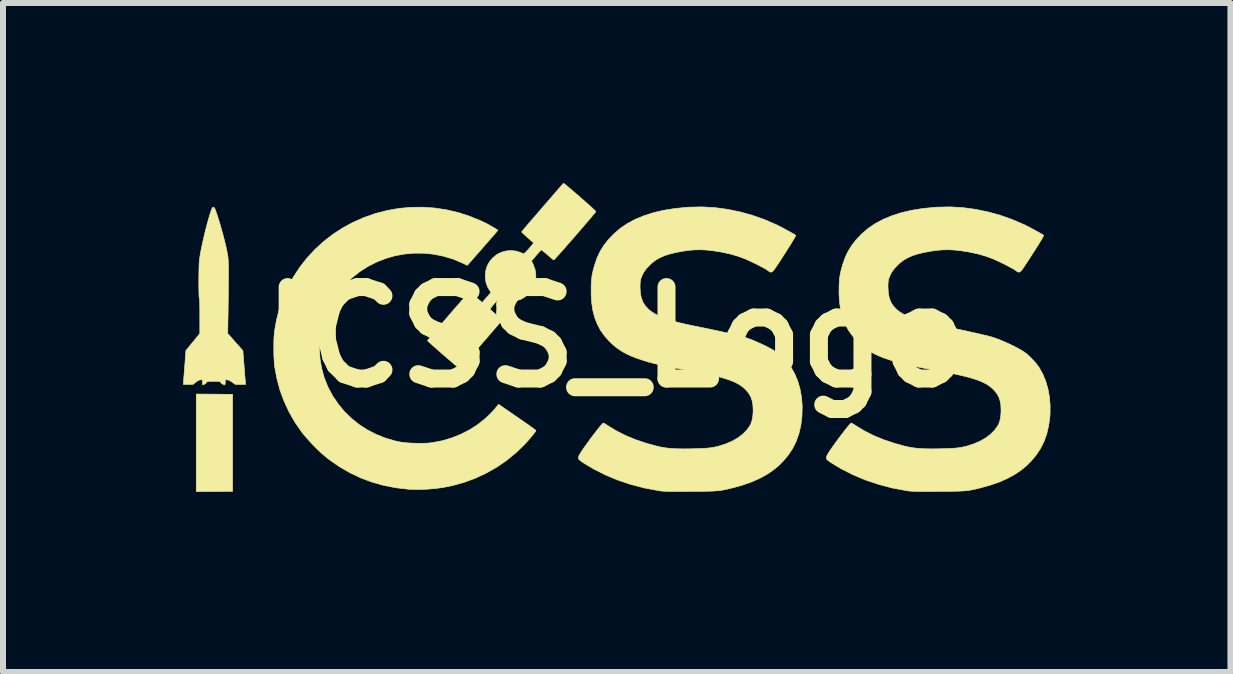
<source format=kicad_pcb>
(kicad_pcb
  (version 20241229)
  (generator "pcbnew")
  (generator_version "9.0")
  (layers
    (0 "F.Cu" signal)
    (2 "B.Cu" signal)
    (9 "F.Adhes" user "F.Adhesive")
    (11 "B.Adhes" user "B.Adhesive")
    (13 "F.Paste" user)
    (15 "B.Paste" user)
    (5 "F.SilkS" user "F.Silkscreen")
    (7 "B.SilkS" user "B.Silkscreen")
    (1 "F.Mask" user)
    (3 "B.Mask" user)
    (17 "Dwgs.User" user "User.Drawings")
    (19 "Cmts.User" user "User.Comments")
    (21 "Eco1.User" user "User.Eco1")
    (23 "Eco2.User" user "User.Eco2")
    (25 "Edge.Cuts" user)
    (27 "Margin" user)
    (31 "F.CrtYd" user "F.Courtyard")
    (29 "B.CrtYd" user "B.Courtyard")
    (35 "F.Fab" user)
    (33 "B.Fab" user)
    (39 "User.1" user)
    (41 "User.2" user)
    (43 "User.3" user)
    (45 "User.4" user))
  (footprint "ICSS_Logo"
    (layer "F.Cu")
    (at 7.223 2.569)
    (property "Reference" "ICSS_Logo" (at 0 0 0) (layer "F.SilkS") (effects (font (size 1.524 1.524) (thickness 0.3))))
    (attr through_hole)
    (fp_poly (pts (xy -6.699 0.95) (xy -6.397 0.953) (xy -6.397 2.57) (xy -6.699 2.572) (xy -7.002 2.574) (xy -7.002 0.948) (xy -6.699 0.95)) (stroke (width 0.01) (type solid)) (fill yes) (layer "F.SilkS"))
    (fp_poly (pts (xy -6.698 -2.152) (xy -6.694 -2.144) (xy -6.683 -2.119) (xy -6.669 -2.08) (xy -6.652 -2.029) (xy -6.633 -1.969) (xy -6.612 -1.903) (xy -6.592 -1.832) (xy -6.572 -1.76) (xy -6.552 -1.689) (xy -6.535 -1.621) (xy -6.519 -1.559) (xy -6.516 -1.545) (xy -6.503 -1.489) (xy -6.493 -1.442) (xy -6.485 -1.4) (xy -6.478 -1.361) (xy -6.473 -1.323) (xy -6.47 -1.283) (xy -6.468 -1.239) (xy -6.466 -1.188) (xy -6.466 -1.127) (xy -6.466 -1.055) (xy -6.466 -0.969) (xy -6.467 -0.88) (xy -6.467 -0.781) (xy -6.468 -0.677) (xy -6.47 -0.573) (xy -6.471 -0.474) (xy -6.472 -0.386) (xy -6.473 -0.354) (xy -6.478 -0.061) (xy -6.352 0.082) (xy -6.226 0.224) (xy -6.207 0.457) (xy -6.202 0.521) (xy -6.197 0.582) (xy -6.193 0.637) (xy -6.189 0.683) (xy -6.186 0.718) (xy -6.184 0.739) (xy -6.178 0.787) (xy -6.352 0.787) (xy -6.405 0.749) (xy -6.44 0.727) (xy -6.467 0.715) (xy -6.489 0.711) (xy -6.519 0.711) (xy -6.519 0.754) (xy -6.521 0.778) (xy -6.525 0.793) (xy -6.527 0.796) (xy -6.545 0.791) (xy -6.567 0.78) (xy -6.586 0.765) (xy -6.597 0.752) (xy -6.597 0.751) (xy -6.6 0.745) (xy -6.606 0.74) (xy -6.62 0.738) (xy -6.643 0.736) (xy -6.678 0.736) (xy -6.714 0.736) (xy -6.762 0.736) (xy -6.795 0.737) (xy -6.815 0.74) (xy -6.825 0.743) (xy -6.827 0.747) (xy -6.832 0.757) (xy -6.847 0.771) (xy -6.867 0.785) (xy -6.885 0.794) (xy -6.892 0.796) (xy -6.897 0.788) (xy -6.9 0.769) (xy -6.9 0.754) (xy -6.9 0.711) (xy -6.93 0.711) (xy -6.952 0.715) (xy -6.976 0.726) (xy -7.007 0.748) (xy -7.008 0.749) (xy -7.057 0.787) (xy -7.218 0.787) (xy -7.196 0.506) (xy -7.175 0.224) (xy -7.059 0.082) (xy -6.943 -0.06) (xy -6.943 -0.351) (xy -6.943 -0.436) (xy -6.944 -0.508) (xy -6.945 -0.565) (xy -6.946 -0.608) (xy -6.948 -0.636) (xy -6.951 -0.647) (xy -6.951 -0.648) (xy -6.954 -0.657) (xy -6.956 -0.682) (xy -6.957 -0.718) (xy -6.958 -0.765) (xy -6.959 -0.82) (xy -6.96 -0.88) (xy -6.96 -0.943) (xy -6.959 -1.008) (xy -6.958 -1.071) (xy -6.957 -1.131) (xy -6.956 -1.184) (xy -6.954 -1.23) (xy -6.952 -1.265) (xy -6.951 -1.277) (xy -6.942 -1.341) (xy -6.929 -1.417) (xy -6.912 -1.503) (xy -6.892 -1.595) (xy -6.87 -1.69) (xy -6.847 -1.786) (xy -6.823 -1.878) (xy -6.799 -1.965) (xy -6.776 -2.043) (xy -6.754 -2.109) (xy -6.741 -2.144) (xy -6.728 -2.163) (xy -6.713 -2.165) (xy -6.698 -2.152)) (stroke (width 0.01) (type solid)) (fill yes) (layer "F.SilkS"))
    (fp_poly (pts (xy -3.027 -2.152) (xy -2.829 -2.122) (xy -2.633 -2.076) (xy -2.44 -2.013) (xy -2.276 -1.946) (xy -2.234 -1.927) (xy -2.199 -1.911) (xy -2.168 -1.895) (xy -2.136 -1.878) (xy -2.099 -1.857) (xy -2.053 -1.83) (xy -2.047 -1.827) (xy -1.974 -1.783) (xy -2.001 -1.751) (xy -2.012 -1.738) (xy -2.033 -1.714) (xy -2.063 -1.679) (xy -2.1 -1.637) (xy -2.142 -1.589) (xy -2.189 -1.535) (xy -2.239 -1.478) (xy -2.256 -1.458) (xy -2.485 -1.197) (xy -2.574 -1.239) (xy -2.727 -1.303) (xy -2.885 -1.35) (xy -3.044 -1.382) (xy -3.205 -1.399) (xy -3.366 -1.4) (xy -3.526 -1.386) (xy -3.684 -1.358) (xy -3.838 -1.314) (xy -3.988 -1.256) (xy -4.132 -1.184) (xy -4.269 -1.098) (xy -4.398 -0.997) (xy -4.487 -0.914) (xy -4.596 -0.794) (xy -4.69 -0.666) (xy -4.771 -0.531) (xy -4.836 -0.39) (xy -4.887 -0.244) (xy -4.923 -0.095) (xy -4.944 0.057) (xy -4.949 0.21) (xy -4.939 0.364) (xy -4.913 0.517) (xy -4.872 0.668) (xy -4.814 0.816) (xy -4.803 0.839) (xy -4.726 0.983) (xy -4.635 1.117) (xy -4.532 1.241) (xy -4.417 1.353) (xy -4.291 1.454) (xy -4.154 1.543) (xy -4.009 1.618) (xy -3.855 1.68) (xy -3.693 1.728) (xy -3.638 1.741) (xy -3.571 1.752) (xy -3.492 1.761) (xy -3.406 1.766) (xy -3.316 1.769) (xy -3.228 1.769) (xy -3.147 1.766) (xy -3.076 1.759) (xy -3.065 1.757) (xy -2.902 1.726) (xy -2.744 1.679) (xy -2.592 1.618) (xy -2.448 1.545) (xy -2.313 1.458) (xy -2.188 1.359) (xy -2.075 1.25) (xy -2.014 1.18) (xy -1.964 1.119) (xy -1.822 1.217) (xy -1.729 1.281) (xy -1.648 1.337) (xy -1.58 1.384) (xy -1.523 1.424) (xy -1.475 1.457) (xy -1.437 1.484) (xy -1.407 1.505) (xy -1.384 1.522) (xy -1.367 1.534) (xy -1.355 1.543) (xy -1.348 1.549) (xy -1.344 1.553) (xy -1.342 1.556) (xy -1.342 1.558) (xy -1.342 1.558) (xy -1.347 1.569) (xy -1.362 1.59) (xy -1.385 1.619) (xy -1.413 1.653) (xy -1.444 1.691) (xy -1.478 1.729) (xy -1.511 1.766) (xy -1.535 1.792) (xy -1.679 1.93) (xy -1.833 2.056) (xy -1.997 2.168) (xy -2.17 2.266) (xy -2.35 2.35) (xy -2.537 2.419) (xy -2.73 2.473) (xy -2.896 2.506) (xy -3.025 2.523) (xy -3.157 2.534) (xy -3.289 2.539) (xy -3.413 2.537) (xy -3.467 2.534) (xy -3.674 2.51) (xy -3.875 2.471) (xy -4.07 2.417) (xy -4.258 2.347) (xy -4.439 2.261) (xy -4.613 2.161) (xy -4.779 2.046) (xy -4.856 1.985) (xy -4.916 1.933) (xy -4.982 1.871) (xy -5.05 1.803) (xy -5.116 1.732) (xy -5.177 1.663) (xy -5.23 1.6) (xy -5.246 1.579) (xy -5.36 1.414) (xy -5.458 1.242) (xy -5.54 1.064) (xy -5.608 0.88) (xy -5.659 0.688) (xy -5.695 0.495) (xy -5.701 0.442) (xy -5.705 0.375) (xy -5.709 0.3) (xy -5.71 0.219) (xy -5.71 0.138) (xy -5.709 0.061) (xy -5.706 -0.01) (xy -5.701 -0.069) (xy -5.7 -0.085) (xy -5.666 -0.281) (xy -5.618 -0.472) (xy -5.554 -0.657) (xy -5.475 -0.835) (xy -5.382 -1.005) (xy -5.276 -1.167) (xy -5.156 -1.32) (xy -5.024 -1.462) (xy -4.88 -1.594) (xy -4.725 -1.714) (xy -4.558 -1.822) (xy -4.393 -1.912) (xy -4.207 -1.994) (xy -4.016 -2.061) (xy -3.821 -2.111) (xy -3.624 -2.146) (xy -3.425 -2.164) (xy -3.226 -2.166) (xy -3.027 -2.152)) (stroke (width 0.01) (type solid)) (fill yes) (layer "F.SilkS"))
    (fp_poly (pts (xy -0.876 -2.561) (xy -0.858 -2.547) (xy -0.83 -2.525) (xy -0.795 -2.495) (xy -0.753 -2.46) (xy -0.707 -2.421) (xy -0.658 -2.378) (xy -0.607 -2.334) (xy -0.557 -2.29) (xy -0.508 -2.247) (xy -0.463 -2.207) (xy -0.422 -2.171) (xy -0.389 -2.14) (xy -0.363 -2.116) (xy -0.347 -2.1) (xy -0.343 -2.094) (xy -0.348 -2.085) (xy -0.364 -2.066) (xy -0.388 -2.037) (xy -0.42 -1.998) (xy -0.459 -1.953) (xy -0.503 -1.901) (xy -0.551 -1.845) (xy -0.602 -1.785) (xy -0.656 -1.724) (xy -0.71 -1.661) (xy -0.763 -1.6) (xy -0.816 -1.54) (xy -0.865 -1.483) (xy -0.911 -1.431) (xy -0.952 -1.385) (xy -0.987 -1.347) (xy -1.014 -1.317) (xy -1.033 -1.296) (xy -1.043 -1.287) (xy -1.043 -1.287) (xy -1.052 -1.292) (xy -1.071 -1.307) (xy -1.098 -1.329) (xy -1.131 -1.357) (xy -1.148 -1.372) (xy -1.182 -1.402) (xy -1.212 -1.426) (xy -1.235 -1.444) (xy -1.249 -1.454) (xy -1.252 -1.455) (xy -1.262 -1.446) (xy -1.282 -1.425) (xy -1.313 -1.39) (xy -1.355 -1.342) (xy -1.374 -1.319) (xy -1.415 -1.271) (xy -1.386 -1.209) (xy -1.356 -1.129) (xy -1.343 -1.047) (xy -1.345 -0.967) (xy -1.362 -0.889) (xy -1.394 -0.816) (xy -1.441 -0.749) (xy -1.501 -0.69) (xy -1.513 -0.681) (xy -1.559 -0.649) (xy -1.603 -0.627) (xy -1.651 -0.613) (xy -1.707 -0.606) (xy -1.748 -0.603) (xy -1.801 -0.602) (xy -1.844 -0.605) (xy -1.883 -0.614) (xy -1.924 -0.628) (xy -1.948 -0.638) (xy -1.957 -0.637) (xy -1.972 -0.627) (xy -1.993 -0.606) (xy -2.023 -0.573) (xy -2.035 -0.558) (xy -2.062 -0.526) (xy -2.084 -0.499) (xy -2.1 -0.479) (xy -2.107 -0.468) (xy -2.108 -0.467) (xy -2.101 -0.46) (xy -2.084 -0.444) (xy -2.058 -0.421) (xy -2.026 -0.394) (xy -2.007 -0.377) (xy -1.972 -0.347) (xy -1.943 -0.322) (xy -1.92 -0.302) (xy -1.908 -0.29) (xy -1.906 -0.288) (xy -1.911 -0.28) (xy -1.926 -0.261) (xy -1.95 -0.232) (xy -1.982 -0.194) (xy -2.021 -0.149) (xy -2.065 -0.098) (xy -2.113 -0.042) (xy -2.164 0.018) (xy -2.218 0.079) (xy -2.272 0.142) (xy -2.326 0.204) (xy -2.379 0.264) (xy -2.429 0.321) (xy -2.475 0.373) (xy -2.516 0.42) (xy -2.552 0.459) (xy -2.58 0.49) (xy -2.6 0.511) (xy -2.61 0.522) (xy -2.611 0.522) (xy -2.619 0.517) (xy -2.639 0.502) (xy -2.668 0.478) (xy -2.706 0.447) (xy -2.751 0.408) (xy -2.802 0.365) (xy -2.858 0.317) (xy -2.883 0.295) (xy -2.94 0.246) (xy -2.992 0.2) (xy -3.039 0.158) (xy -3.08 0.122) (xy -3.112 0.093) (xy -3.135 0.072) (xy -3.147 0.061) (xy -3.148 0.059) (xy -3.143 0.051) (xy -3.128 0.032) (xy -3.105 0.003) (xy -3.073 -0.035) (xy -3.035 -0.08) (xy -2.991 -0.132) (xy -2.943 -0.188) (xy -2.892 -0.247) (xy -2.839 -0.309) (xy -2.785 -0.372) (xy -2.732 -0.434) (xy -2.679 -0.494) (xy -2.629 -0.551) (xy -2.583 -0.604) (xy -2.542 -0.65) (xy -2.507 -0.69) (xy -2.479 -0.721) (xy -2.459 -0.743) (xy -2.448 -0.753) (xy -2.447 -0.754) (xy -2.439 -0.748) (xy -2.42 -0.734) (xy -2.394 -0.712) (xy -2.361 -0.684) (xy -2.339 -0.665) (xy -2.237 -0.577) (xy -2.164 -0.661) (xy -2.09 -0.746) (xy -2.107 -0.769) (xy -2.148 -0.839) (xy -2.174 -0.913) (xy -2.185 -0.994) (xy -2.186 -1.025) (xy -2.178 -1.108) (xy -2.154 -1.187) (xy -2.115 -1.258) (xy -2.062 -1.321) (xy -1.996 -1.374) (xy -1.981 -1.384) (xy -1.911 -1.417) (xy -1.835 -1.437) (xy -1.757 -1.443) (xy -1.68 -1.436) (xy -1.621 -1.419) (xy -1.591 -1.407) (xy -1.565 -1.397) (xy -1.549 -1.392) (xy -1.548 -1.392) (xy -1.538 -1.395) (xy -1.519 -1.41) (xy -1.492 -1.438) (xy -1.457 -1.476) (xy -1.429 -1.508) (xy -1.406 -1.536) (xy -1.389 -1.557) (xy -1.381 -1.568) (xy -1.38 -1.569) (xy -1.386 -1.576) (xy -1.403 -1.592) (xy -1.428 -1.614) (xy -1.46 -1.642) (xy -1.48 -1.66) (xy -1.514 -1.69) (xy -1.543 -1.716) (xy -1.565 -1.737) (xy -1.577 -1.75) (xy -1.579 -1.753) (xy -1.577 -1.757) (xy -1.57 -1.766) (xy -1.558 -1.781) (xy -1.541 -1.802) (xy -1.517 -1.831) (xy -1.487 -1.866) (xy -1.449 -1.911) (xy -1.403 -1.964) (xy -1.349 -2.026) (xy -1.286 -2.099) (xy -1.214 -2.183) (xy -1.131 -2.278) (xy -1.038 -2.385) (xy -1.029 -2.396) (xy -0.99 -2.441) (xy -0.956 -2.481) (xy -0.926 -2.515) (xy -0.903 -2.542) (xy -0.888 -2.559) (xy -0.883 -2.564) (xy -0.876 -2.561)) (stroke (width 0.01) (type solid)) (fill yes) (layer "F.SilkS"))
    (fp_poly (pts (xy 1.64 -2.159) (xy 1.85 -2.131) (xy 2.059 -2.088) (xy 2.265 -2.031) (xy 2.468 -1.959) (xy 2.665 -1.874) (xy 2.688 -1.863) (xy 2.726 -1.844) (xy 2.77 -1.821) (xy 2.816 -1.796) (xy 2.862 -1.771) (xy 2.905 -1.747) (xy 2.942 -1.726) (xy 2.97 -1.709) (xy 2.987 -1.698) (xy 2.988 -1.697) (xy 2.986 -1.688) (xy 2.974 -1.666) (xy 2.955 -1.632) (xy 2.928 -1.587) (xy 2.894 -1.532) (xy 2.853 -1.467) (xy 2.807 -1.395) (xy 2.756 -1.315) (xy 2.7 -1.229) (xy 2.661 -1.171) (xy 2.632 -1.129) (xy 2.608 -1.101) (xy 2.587 -1.086) (xy 2.567 -1.084) (xy 2.546 -1.094) (xy 2.527 -1.108) (xy 2.508 -1.122) (xy 2.476 -1.141) (xy 2.434 -1.164) (xy 2.384 -1.191) (xy 2.329 -1.219) (xy 2.271 -1.247) (xy 2.214 -1.273) (xy 2.16 -1.298) (xy 2.129 -1.311) (xy 2.019 -1.351) (xy 1.893 -1.387) (xy 1.752 -1.417) (xy 1.727 -1.422) (xy 1.61 -1.44) (xy 1.503 -1.452) (xy 1.403 -1.457) (xy 1.305 -1.455) (xy 1.204 -1.447) (xy 1.097 -1.431) (xy 0.988 -1.41) (xy 0.887 -1.386) (xy 0.799 -1.357) (xy 0.722 -1.323) (xy 0.653 -1.283) (xy 0.59 -1.234) (xy 0.561 -1.208) (xy 0.5 -1.144) (xy 0.454 -1.08) (xy 0.421 -1.012) (xy 0.413 -0.992) (xy 0.405 -0.964) (xy 0.399 -0.937) (xy 0.396 -0.906) (xy 0.394 -0.866) (xy 0.394 -0.83) (xy 0.399 -0.736) (xy 0.415 -0.655) (xy 0.442 -0.584) (xy 0.481 -0.522) (xy 0.533 -0.466) (xy 0.572 -0.434) (xy 0.625 -0.398) (xy 0.687 -0.364) (xy 0.757 -0.332) (xy 0.837 -0.302) (xy 0.929 -0.273) (xy 1.034 -0.244) (xy 1.154 -0.216) (xy 1.288 -0.188) (xy 1.291 -0.187) (xy 1.403 -0.164) (xy 1.514 -0.142) (xy 1.622 -0.119) (xy 1.725 -0.097) (xy 1.821 -0.075) (xy 1.909 -0.056) (xy 1.987 -0.037) (xy 2.052 -0.022) (xy 2.103 -0.008) (xy 2.12 -0.004) (xy 2.18 0.016) (xy 2.251 0.042) (xy 2.327 0.074) (xy 2.406 0.109) (xy 2.483 0.146) (xy 2.555 0.183) (xy 2.617 0.218) (xy 2.659 0.244) (xy 2.707 0.28) (xy 2.759 0.327) (xy 2.811 0.38) (xy 2.86 0.434) (xy 2.9 0.487) (xy 2.907 0.497) (xy 2.97 0.608) (xy 3.021 0.729) (xy 3.059 0.859) (xy 3.084 0.997) (xy 3.096 1.142) (xy 3.093 1.291) (xy 3.091 1.331) (xy 3.072 1.477) (xy 3.04 1.612) (xy 2.995 1.737) (xy 2.937 1.855) (xy 2.864 1.965) (xy 2.776 2.069) (xy 2.712 2.134) (xy 2.615 2.214) (xy 2.508 2.287) (xy 2.387 2.353) (xy 2.254 2.412) (xy 2.106 2.464) (xy 1.943 2.51) (xy 1.941 2.51) (xy 1.892 2.522) (xy 1.849 2.533) (xy 1.81 2.541) (xy 1.773 2.548) (xy 1.736 2.554) (xy 1.697 2.559) (xy 1.655 2.562) (xy 1.607 2.565) (xy 1.551 2.567) (xy 1.486 2.568) (xy 1.41 2.569) (xy 1.32 2.57) (xy 1.232 2.57) (xy 1.133 2.571) (xy 1.05 2.571) (xy 0.98 2.571) (xy 0.922 2.571) (xy 0.873 2.571) (xy 0.833 2.57) (xy 0.8 2.568) (xy 0.771 2.566) (xy 0.746 2.564) (xy 0.722 2.561) (xy 0.699 2.557) (xy 0.464 2.513) (xy 0.239 2.454) (xy 0.023 2.382) (xy -0.183 2.296) (xy -0.379 2.197) (xy -0.538 2.102) (xy -0.58 2.074) (xy -0.609 2.052) (xy -0.627 2.033) (xy -0.634 2.016) (xy -0.632 1.997) (xy -0.623 1.973) (xy -0.617 1.962) (xy -0.602 1.936) (xy -0.58 1.901) (xy -0.551 1.859) (xy -0.518 1.811) (xy -0.481 1.76) (xy -0.442 1.706) (xy -0.402 1.653) (xy -0.363 1.602) (xy -0.326 1.554) (xy -0.292 1.511) (xy -0.263 1.476) (xy -0.239 1.45) (xy -0.224 1.434) (xy -0.217 1.431) (xy -0.207 1.435) (xy -0.185 1.448) (xy -0.156 1.466) (xy -0.124 1.487) (xy 0.011 1.568) (xy 0.161 1.643) (xy 0.325 1.71) (xy 0.504 1.77) (xy 0.654 1.811) (xy 0.722 1.828) (xy 0.79 1.84) (xy 0.86 1.85) (xy 0.935 1.856) (xy 1.017 1.86) (xy 1.11 1.862) (xy 1.215 1.861) (xy 1.266 1.86) (xy 1.355 1.857) (xy 1.43 1.854) (xy 1.493 1.851) (xy 1.546 1.846) (xy 1.594 1.84) (xy 1.637 1.832) (xy 1.678 1.823) (xy 1.706 1.816) (xy 1.824 1.778) (xy 1.931 1.732) (xy 2.026 1.677) (xy 2.107 1.615) (xy 2.175 1.546) (xy 2.227 1.471) (xy 2.238 1.45) (xy 2.255 1.405) (xy 2.268 1.348) (xy 2.276 1.283) (xy 2.279 1.221) (xy 2.275 1.136) (xy 2.263 1.064) (xy 2.242 1) (xy 2.21 0.943) (xy 2.167 0.889) (xy 2.147 0.868) (xy 2.109 0.834) (xy 2.066 0.802) (xy 2.017 0.773) (xy 1.961 0.745) (xy 1.896 0.719) (xy 1.821 0.693) (xy 1.736 0.668) (xy 1.638 0.644) (xy 1.528 0.619) (xy 1.403 0.593) (xy 1.262 0.566) (xy 1.219 0.559) (xy 1.086 0.534) (xy 0.969 0.512) (xy 0.864 0.491) (xy 0.771 0.472) (xy 0.688 0.453) (xy 0.614 0.435) (xy 0.545 0.417) (xy 0.481 0.398) (xy 0.437 0.384) (xy 0.325 0.346) (xy 0.228 0.307) (xy 0.142 0.265) (xy 0.065 0.22) (xy -0.006 0.169) (xy -0.073 0.112) (xy -0.119 0.068) (xy -0.198 -0.021) (xy -0.265 -0.115) (xy -0.319 -0.217) (xy -0.362 -0.326) (xy -0.393 -0.445) (xy -0.412 -0.574) (xy -0.421 -0.714) (xy -0.421 -0.851) (xy -0.418 -0.917) (xy -0.414 -0.972) (xy -0.407 -1.022) (xy -0.398 -1.072) (xy -0.385 -1.126) (xy -0.367 -1.189) (xy -0.359 -1.215) (xy -0.32 -1.328) (xy -0.271 -1.431) (xy -0.211 -1.528) (xy -0.138 -1.621) (xy -0.051 -1.714) (xy -0.045 -1.719) (xy 0.061 -1.811) (xy 0.18 -1.892) (xy 0.312 -1.963) (xy 0.457 -2.023) (xy 0.615 -2.074) (xy 0.787 -2.114) (xy 0.972 -2.144) (xy 1.17 -2.164) (xy 1.228 -2.167) (xy 1.432 -2.171) (xy 1.64 -2.159)) (stroke (width 0.01) (type solid)) (fill yes) (layer "F.SilkS"))
    (fp_poly (pts (xy 5.772 -2.159) (xy 5.981 -2.131) (xy 6.19 -2.088) (xy 6.397 -2.031) (xy 6.6 -1.959) (xy 6.797 -1.874) (xy 6.82 -1.863) (xy 6.858 -1.844) (xy 6.901 -1.821) (xy 6.948 -1.796) (xy 6.994 -1.771) (xy 7.037 -1.747) (xy 7.074 -1.726) (xy 7.102 -1.709) (xy 7.118 -1.698) (xy 7.12 -1.697) (xy 7.117 -1.688) (xy 7.106 -1.666) (xy 7.087 -1.632) (xy 7.06 -1.587) (xy 7.026 -1.532) (xy 6.985 -1.467) (xy 6.939 -1.395) (xy 6.887 -1.315) (xy 6.831 -1.229) (xy 6.793 -1.171) (xy 6.764 -1.129) (xy 6.74 -1.101) (xy 6.719 -1.086) (xy 6.699 -1.084) (xy 6.677 -1.094) (xy 6.659 -1.108) (xy 6.64 -1.122) (xy 6.608 -1.141) (xy 6.565 -1.164) (xy 6.515 -1.191) (xy 6.46 -1.219) (xy 6.403 -1.247) (xy 6.346 -1.273) (xy 6.291 -1.298) (xy 6.261 -1.311) (xy 6.151 -1.351) (xy 6.025 -1.387) (xy 5.884 -1.417) (xy 5.859 -1.422) (xy 5.742 -1.44) (xy 5.635 -1.452) (xy 5.535 -1.457) (xy 5.437 -1.455) (xy 5.336 -1.447) (xy 5.229 -1.431) (xy 5.12 -1.41) (xy 5.018 -1.386) (xy 4.931 -1.357) (xy 4.854 -1.323) (xy 4.785 -1.283) (xy 4.721 -1.234) (xy 4.692 -1.208) (xy 4.632 -1.144) (xy 4.586 -1.08) (xy 4.553 -1.012) (xy 4.545 -0.992) (xy 4.536 -0.964) (xy 4.531 -0.937) (xy 4.527 -0.906) (xy 4.526 -0.866) (xy 4.526 -0.83) (xy 4.531 -0.736) (xy 4.547 -0.655) (xy 4.574 -0.584) (xy 4.613 -0.522) (xy 4.665 -0.466) (xy 4.703 -0.434) (xy 4.757 -0.398) (xy 4.818 -0.364) (xy 4.889 -0.332) (xy 4.969 -0.302) (xy 5.061 -0.273) (xy 5.166 -0.244) (xy 5.285 -0.216) (xy 5.42 -0.188) (xy 5.423 -0.187) (xy 5.535 -0.164) (xy 5.646 -0.142) (xy 5.753 -0.119) (xy 5.856 -0.097) (xy 5.953 -0.075) (xy 6.041 -0.056) (xy 6.118 -0.037) (xy 6.184 -0.022) (xy 6.235 -0.008) (xy 6.251 -0.004) (xy 6.312 0.016) (xy 6.383 0.042) (xy 6.459 0.074) (xy 6.538 0.109) (xy 6.615 0.146) (xy 6.687 0.183) (xy 6.749 0.218) (xy 6.791 0.244) (xy 6.839 0.28) (xy 6.891 0.327) (xy 6.943 0.38) (xy 6.991 0.434) (xy 7.031 0.487) (xy 7.039 0.497) (xy 7.101 0.606) (xy 7.152 0.726) (xy 7.19 0.855) (xy 7.215 0.991) (xy 7.228 1.133) (xy 7.227 1.279) (xy 7.223 1.333) (xy 7.203 1.479) (xy 7.171 1.614) (xy 7.126 1.74) (xy 7.067 1.857) (xy 6.994 1.967) (xy 6.907 2.07) (xy 6.843 2.134) (xy 6.747 2.214) (xy 6.639 2.287) (xy 6.519 2.353) (xy 6.385 2.412) (xy 6.237 2.464) (xy 6.074 2.51) (xy 6.073 2.51) (xy 6.024 2.522) (xy 5.981 2.533) (xy 5.941 2.541) (xy 5.904 2.548) (xy 5.868 2.554) (xy 5.829 2.559) (xy 5.787 2.562) (xy 5.739 2.565) (xy 5.683 2.567) (xy 5.618 2.568) (xy 5.541 2.569) (xy 5.451 2.57) (xy 5.364 2.57) (xy 5.265 2.571) (xy 5.182 2.571) (xy 5.112 2.571) (xy 5.053 2.571) (xy 5.005 2.571) (xy 4.965 2.57) (xy 4.932 2.568) (xy 4.903 2.566) (xy 4.878 2.564) (xy 4.854 2.561) (xy 4.83 2.557) (xy 4.595 2.513) (xy 4.37 2.454) (xy 4.155 2.382) (xy 3.949 2.296) (xy 3.752 2.197) (xy 3.594 2.102) (xy 3.552 2.074) (xy 3.523 2.052) (xy 3.505 2.033) (xy 3.498 2.016) (xy 3.5 1.997) (xy 3.509 1.973) (xy 3.515 1.962) (xy 3.53 1.936) (xy 3.552 1.901) (xy 3.581 1.859) (xy 3.614 1.811) (xy 3.651 1.76) (xy 3.69 1.706) (xy 3.73 1.653) (xy 3.769 1.602) (xy 3.806 1.554) (xy 3.84 1.511) (xy 3.869 1.476) (xy 3.892 1.45) (xy 3.908 1.434) (xy 3.914 1.431) (xy 3.925 1.435) (xy 3.946 1.448) (xy 3.976 1.466) (xy 4.008 1.487) (xy 4.143 1.568) (xy 4.293 1.643) (xy 4.457 1.71) (xy 4.636 1.77) (xy 4.785 1.811) (xy 4.854 1.828) (xy 4.922 1.84) (xy 4.992 1.85) (xy 5.067 1.856) (xy 5.149 1.86) (xy 5.241 1.862) (xy 5.347 1.861) (xy 5.397 1.86) (xy 5.487 1.857) (xy 5.561 1.854) (xy 5.624 1.851) (xy 5.678 1.846) (xy 5.725 1.84) (xy 5.768 1.832) (xy 5.81 1.823) (xy 5.838 1.816) (xy 5.956 1.778) (xy 6.063 1.732) (xy 6.158 1.677) (xy 6.239 1.615) (xy 6.306 1.546) (xy 6.359 1.471) (xy 6.37 1.45) (xy 6.387 1.405) (xy 6.4 1.348) (xy 6.408 1.283) (xy 6.41 1.221) (xy 6.407 1.136) (xy 6.395 1.064) (xy 6.374 1) (xy 6.342 0.943) (xy 6.299 0.889) (xy 6.278 0.868) (xy 6.241 0.834) (xy 6.198 0.802) (xy 6.149 0.773) (xy 6.093 0.745) (xy 6.028 0.719) (xy 5.953 0.693) (xy 5.867 0.668) (xy 5.77 0.644) (xy 5.659 0.619) (xy 5.534 0.593) (xy 5.394 0.566) (xy 5.351 0.559) (xy 5.218 0.534) (xy 5.1 0.512) (xy 4.996 0.491) (xy 4.903 0.472) (xy 4.82 0.453) (xy 4.745 0.435) (xy 4.677 0.417) (xy 4.613 0.398) (xy 4.568 0.384) (xy 4.457 0.346) (xy 4.36 0.307) (xy 4.274 0.265) (xy 4.197 0.22) (xy 4.126 0.169) (xy 4.058 0.112) (xy 4.013 0.068) (xy 3.934 -0.021) (xy 3.867 -0.115) (xy 3.813 -0.217) (xy 3.77 -0.326) (xy 3.739 -0.445) (xy 3.719 -0.574) (xy 3.71 -0.714) (xy 3.711 -0.851) (xy 3.714 -0.917) (xy 3.718 -0.972) (xy 3.725 -1.022) (xy 3.734 -1.072) (xy 3.747 -1.126) (xy 3.765 -1.189) (xy 3.772 -1.215) (xy 3.812 -1.328) (xy 3.861 -1.431) (xy 3.921 -1.528) (xy 3.993 -1.621) (xy 4.081 -1.714) (xy 4.086 -1.719) (xy 4.193 -1.811) (xy 4.312 -1.892) (xy 4.444 -1.963) (xy 4.589 -2.023) (xy 4.747 -2.074) (xy 4.919 -2.114) (xy 5.103 -2.144) (xy 5.302 -2.164) (xy 5.359 -2.167) (xy 5.564 -2.171) (xy 5.772 -2.159)) (stroke (width 0.01) (type solid)) (fill yes) (layer "F.SilkS")))
  (gr_rect
    (start -3 -3)
    (end 17.456 8.149)
    (stroke (width 0.1) (type default))
    (fill no)
    (layer "Edge.Cuts")))
</source>
